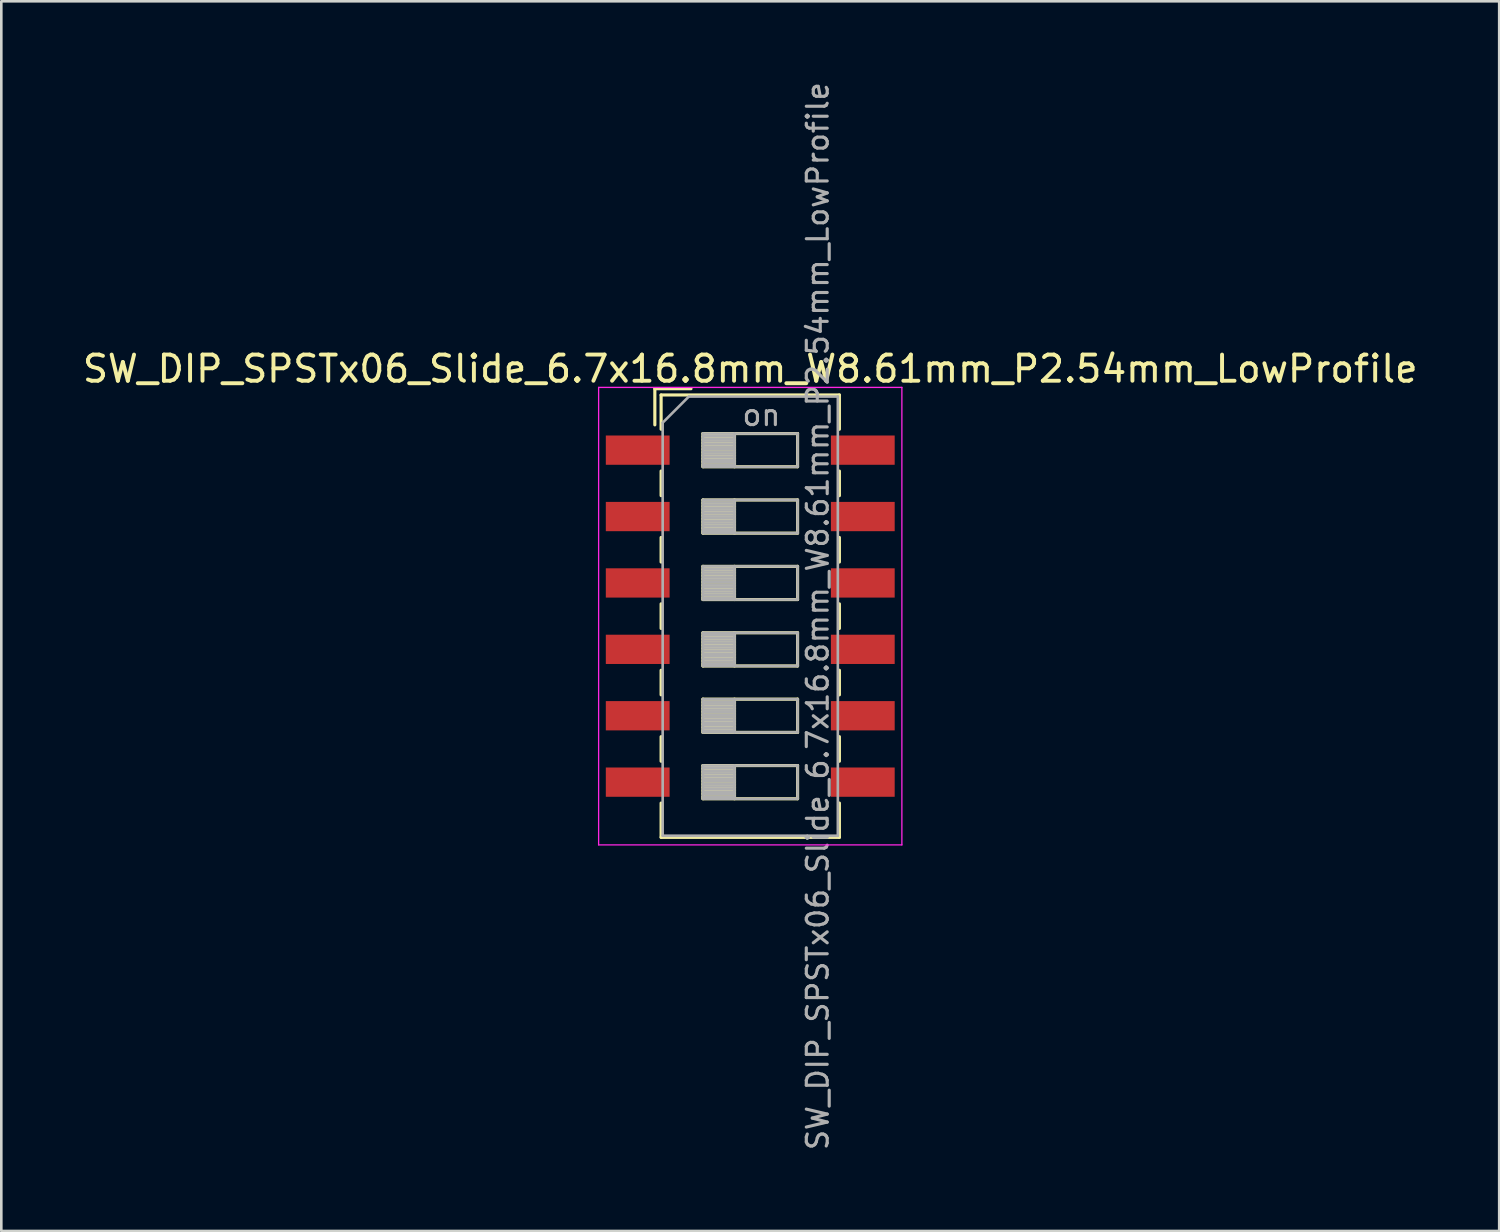
<source format=kicad_pcb>
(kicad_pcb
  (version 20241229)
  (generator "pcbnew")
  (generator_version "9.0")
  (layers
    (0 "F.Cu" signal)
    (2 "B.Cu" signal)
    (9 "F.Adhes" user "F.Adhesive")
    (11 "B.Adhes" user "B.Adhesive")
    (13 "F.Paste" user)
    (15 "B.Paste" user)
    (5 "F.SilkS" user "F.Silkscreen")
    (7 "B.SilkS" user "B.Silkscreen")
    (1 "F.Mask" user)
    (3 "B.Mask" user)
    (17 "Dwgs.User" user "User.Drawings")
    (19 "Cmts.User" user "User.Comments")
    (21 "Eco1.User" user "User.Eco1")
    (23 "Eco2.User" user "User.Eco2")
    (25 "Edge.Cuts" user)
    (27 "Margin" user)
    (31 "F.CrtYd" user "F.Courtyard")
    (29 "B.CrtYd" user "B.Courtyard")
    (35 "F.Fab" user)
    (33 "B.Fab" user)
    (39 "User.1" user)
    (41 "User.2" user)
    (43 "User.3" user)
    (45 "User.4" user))
  (footprint "SW_DIP_SPSTx06_Slide_6.7x16.8mm_W8.61mm_P2.54mm_LowProfile"
    (layer "F.Cu")
    (at 25.649 20.519)
    (property "Reference" "SW_DIP_SPSTx06_Slide_6.7x16.8mm_W8.61mm_P2.54mm_LowProfile" (at 0 -9.46 0) (layer "F.SilkS") (effects (font (size 1 1) (thickness 0.15))))
    (attr smd)
    (fp_line (start -3.65 -8.7) (end -3.65 -7.317) (stroke (width 0.12) (type solid)) (layer "F.SilkS"))
    (fp_line (start -3.65 -8.7) (end -2.267 -8.7) (stroke (width 0.12) (type solid)) (layer "F.SilkS"))
    (fp_line (start -3.41 -8.46) (end -3.41 -7.15) (stroke (width 0.12) (type solid)) (layer "F.SilkS"))
    (fp_line (start -3.41 -8.46) (end 3.41 -8.46) (stroke (width 0.12) (type solid)) (layer "F.SilkS"))
    (fp_line (start -3.41 -5.55) (end -3.41 -4.61) (stroke (width 0.12) (type solid)) (layer "F.SilkS"))
    (fp_line (start -3.41 -3.01) (end -3.41 -2.07) (stroke (width 0.12) (type solid)) (layer "F.SilkS"))
    (fp_line (start -3.41 -0.47) (end -3.41 0.47) (stroke (width 0.12) (type solid)) (layer "F.SilkS"))
    (fp_line (start -3.41 2.07) (end -3.41 3.01) (stroke (width 0.12) (type solid)) (layer "F.SilkS"))
    (fp_line (start -3.41 4.61) (end -3.41 5.55) (stroke (width 0.12) (type solid)) (layer "F.SilkS"))
    (fp_line (start -3.41 7.15) (end -3.41 8.461) (stroke (width 0.12) (type solid)) (layer "F.SilkS"))
    (fp_line (start -3.41 8.461) (end 3.41 8.461) (stroke (width 0.12) (type solid)) (layer "F.SilkS"))
    (fp_line (start -1.81 -6.985) (end -1.81 -5.715) (stroke (width 0.12) (type solid)) (layer "F.SilkS"))
    (fp_line (start -1.81 -6.865) (end -0.603 -6.865) (stroke (width 0.12) (type solid)) (layer "F.SilkS"))
    (fp_line (start -1.81 -6.745) (end -0.603 -6.745) (stroke (width 0.12) (type solid)) (layer "F.SilkS"))
    (fp_line (start -1.81 -6.625) (end -0.603 -6.625) (stroke (width 0.12) (type solid)) (layer "F.SilkS"))
    (fp_line (start -1.81 -6.505) (end -0.603 -6.505) (stroke (width 0.12) (type solid)) (layer "F.SilkS"))
    (fp_line (start -1.81 -6.385) (end -0.603 -6.385) (stroke (width 0.12) (type solid)) (layer "F.SilkS"))
    (fp_line (start -1.81 -6.265) (end -0.603 -6.265) (stroke (width 0.12) (type solid)) (layer "F.SilkS"))
    (fp_line (start -1.81 -6.145) (end -0.603 -6.145) (stroke (width 0.12) (type solid)) (layer "F.SilkS"))
    (fp_line (start -1.81 -6.025) (end -0.603 -6.025) (stroke (width 0.12) (type solid)) (layer "F.SilkS"))
    (fp_line (start -1.81 -5.905) (end -0.603 -5.905) (stroke (width 0.12) (type solid)) (layer "F.SilkS"))
    (fp_line (start -1.81 -5.785) (end -0.603 -5.785) (stroke (width 0.12) (type solid)) (layer "F.SilkS"))
    (fp_line (start -1.81 -5.715) (end 1.81 -5.715) (stroke (width 0.12) (type solid)) (layer "F.SilkS"))
    (fp_line (start -1.81 -4.445) (end -1.81 -3.175) (stroke (width 0.12) (type solid)) (layer "F.SilkS"))
    (fp_line (start -1.81 -4.325) (end -0.603 -4.325) (stroke (width 0.12) (type solid)) (layer "F.SilkS"))
    (fp_line (start -1.81 -4.205) (end -0.603 -4.205) (stroke (width 0.12) (type solid)) (layer "F.SilkS"))
    (fp_line (start -1.81 -4.085) (end -0.603 -4.085) (stroke (width 0.12) (type solid)) (layer "F.SilkS"))
    (fp_line (start -1.81 -3.965) (end -0.603 -3.965) (stroke (width 0.12) (type solid)) (layer "F.SilkS"))
    (fp_line (start -1.81 -3.845) (end -0.603 -3.845) (stroke (width 0.12) (type solid)) (layer "F.SilkS"))
    (fp_line (start -1.81 -3.725) (end -0.603 -3.725) (stroke (width 0.12) (type solid)) (layer "F.SilkS"))
    (fp_line (start -1.81 -3.605) (end -0.603 -3.605) (stroke (width 0.12) (type solid)) (layer "F.SilkS"))
    (fp_line (start -1.81 -3.485) (end -0.603 -3.485) (stroke (width 0.12) (type solid)) (layer "F.SilkS"))
    (fp_line (start -1.81 -3.365) (end -0.603 -3.365) (stroke (width 0.12) (type solid)) (layer "F.SilkS"))
    (fp_line (start -1.81 -3.245) (end -0.603 -3.245) (stroke (width 0.12) (type solid)) (layer "F.SilkS"))
    (fp_line (start -1.81 -3.175) (end 1.81 -3.175) (stroke (width 0.12) (type solid)) (layer "F.SilkS"))
    (fp_line (start -1.81 -1.905) (end -1.81 -0.635) (stroke (width 0.12) (type solid)) (layer "F.SilkS"))
    (fp_line (start -1.81 -1.785) (end -0.603 -1.785) (stroke (width 0.12) (type solid)) (layer "F.SilkS"))
    (fp_line (start -1.81 -1.665) (end -0.603 -1.665) (stroke (width 0.12) (type solid)) (layer "F.SilkS"))
    (fp_line (start -1.81 -1.545) (end -0.603 -1.545) (stroke (width 0.12) (type solid)) (layer "F.SilkS"))
    (fp_line (start -1.81 -1.425) (end -0.603 -1.425) (stroke (width 0.12) (type solid)) (layer "F.SilkS"))
    (fp_line (start -1.81 -1.305) (end -0.603 -1.305) (stroke (width 0.12) (type solid)) (layer "F.SilkS"))
    (fp_line (start -1.81 -1.185) (end -0.603 -1.185) (stroke (width 0.12) (type solid)) (layer "F.SilkS"))
    (fp_line (start -1.81 -1.065) (end -0.603 -1.065) (stroke (width 0.12) (type solid)) (layer "F.SilkS"))
    (fp_line (start -1.81 -0.945) (end -0.603 -0.945) (stroke (width 0.12) (type solid)) (layer "F.SilkS"))
    (fp_line (start -1.81 -0.825) (end -0.603 -0.825) (stroke (width 0.12) (type solid)) (layer "F.SilkS"))
    (fp_line (start -1.81 -0.705) (end -0.603 -0.705) (stroke (width 0.12) (type solid)) (layer "F.SilkS"))
    (fp_line (start -1.81 -0.635) (end 1.81 -0.635) (stroke (width 0.12) (type solid)) (layer "F.SilkS"))
    (fp_line (start -1.81 0.635) (end -1.81 1.905) (stroke (width 0.12) (type solid)) (layer "F.SilkS"))
    (fp_line (start -1.81 0.755) (end -0.603 0.755) (stroke (width 0.12) (type solid)) (layer "F.SilkS"))
    (fp_line (start -1.81 0.875) (end -0.603 0.875) (stroke (width 0.12) (type solid)) (layer "F.SilkS"))
    (fp_line (start -1.81 0.995) (end -0.603 0.995) (stroke (width 0.12) (type solid)) (layer "F.SilkS"))
    (fp_line (start -1.81 1.115) (end -0.603 1.115) (stroke (width 0.12) (type solid)) (layer "F.SilkS"))
    (fp_line (start -1.81 1.235) (end -0.603 1.235) (stroke (width 0.12) (type solid)) (layer "F.SilkS"))
    (fp_line (start -1.81 1.355) (end -0.603 1.355) (stroke (width 0.12) (type solid)) (layer "F.SilkS"))
    (fp_line (start -1.81 1.475) (end -0.603 1.475) (stroke (width 0.12) (type solid)) (layer "F.SilkS"))
    (fp_line (start -1.81 1.595) (end -0.603 1.595) (stroke (width 0.12) (type solid)) (layer "F.SilkS"))
    (fp_line (start -1.81 1.715) (end -0.603 1.715) (stroke (width 0.12) (type solid)) (layer "F.SilkS"))
    (fp_line (start -1.81 1.835) (end -0.603 1.835) (stroke (width 0.12) (type solid)) (layer "F.SilkS"))
    (fp_line (start -1.81 1.905) (end 1.81 1.905) (stroke (width 0.12) (type solid)) (layer "F.SilkS"))
    (fp_line (start -1.81 3.175) (end -1.81 4.445) (stroke (width 0.12) (type solid)) (layer "F.SilkS"))
    (fp_line (start -1.81 3.295) (end -0.603 3.295) (stroke (width 0.12) (type solid)) (layer "F.SilkS"))
    (fp_line (start -1.81 3.415) (end -0.603 3.415) (stroke (width 0.12) (type solid)) (layer "F.SilkS"))
    (fp_line (start -1.81 3.535) (end -0.603 3.535) (stroke (width 0.12) (type solid)) (layer "F.SilkS"))
    (fp_line (start -1.81 3.655) (end -0.603 3.655) (stroke (width 0.12) (type solid)) (layer "F.SilkS"))
    (fp_line (start -1.81 3.775) (end -0.603 3.775) (stroke (width 0.12) (type solid)) (layer "F.SilkS"))
    (fp_line (start -1.81 3.895) (end -0.603 3.895) (stroke (width 0.12) (type solid)) (layer "F.SilkS"))
    (fp_line (start -1.81 4.015) (end -0.603 4.015) (stroke (width 0.12) (type solid)) (layer "F.SilkS"))
    (fp_line (start -1.81 4.135) (end -0.603 4.135) (stroke (width 0.12) (type solid)) (layer "F.SilkS"))
    (fp_line (start -1.81 4.255) (end -0.603 4.255) (stroke (width 0.12) (type solid)) (layer "F.SilkS"))
    (fp_line (start -1.81 4.375) (end -0.603 4.375) (stroke (width 0.12) (type solid)) (layer "F.SilkS"))
    (fp_line (start -1.81 4.445) (end 1.81 4.445) (stroke (width 0.12) (type solid)) (layer "F.SilkS"))
    (fp_line (start -1.81 5.715) (end -1.81 6.985) (stroke (width 0.12) (type solid)) (layer "F.SilkS"))
    (fp_line (start -1.81 5.835) (end -0.603 5.835) (stroke (width 0.12) (type solid)) (layer "F.SilkS"))
    (fp_line (start -1.81 5.955) (end -0.603 5.955) (stroke (width 0.12) (type solid)) (layer "F.SilkS"))
    (fp_line (start -1.81 6.075) (end -0.603 6.075) (stroke (width 0.12) (type solid)) (layer "F.SilkS"))
    (fp_line (start -1.81 6.195) (end -0.603 6.195) (stroke (width 0.12) (type solid)) (layer "F.SilkS"))
    (fp_line (start -1.81 6.315) (end -0.603 6.315) (stroke (width 0.12) (type solid)) (layer "F.SilkS"))
    (fp_line (start -1.81 6.435) (end -0.603 6.435) (stroke (width 0.12) (type solid)) (layer "F.SilkS"))
    (fp_line (start -1.81 6.555) (end -0.603 6.555) (stroke (width 0.12) (type solid)) (layer "F.SilkS"))
    (fp_line (start -1.81 6.675) (end -0.603 6.675) (stroke (width 0.12) (type solid)) (layer "F.SilkS"))
    (fp_line (start -1.81 6.795) (end -0.603 6.795) (stroke (width 0.12) (type solid)) (layer "F.SilkS"))
    (fp_line (start -1.81 6.915) (end -0.603 6.915) (stroke (width 0.12) (type solid)) (layer "F.SilkS"))
    (fp_line (start -1.81 6.985) (end 1.81 6.985) (stroke (width 0.12) (type solid)) (layer "F.SilkS"))
    (fp_line (start -0.603 -6.985) (end -0.603 -5.715) (stroke (width 0.12) (type solid)) (layer "F.SilkS"))
    (fp_line (start -0.603 -4.445) (end -0.603 -3.175) (stroke (width 0.12) (type solid)) (layer "F.SilkS"))
    (fp_line (start -0.603 -1.905) (end -0.603 -0.635) (stroke (width 0.12) (type solid)) (layer "F.SilkS"))
    (fp_line (start -0.603 0.635) (end -0.603 1.905) (stroke (width 0.12) (type solid)) (layer "F.SilkS"))
    (fp_line (start -0.603 3.175) (end -0.603 4.445) (stroke (width 0.12) (type solid)) (layer "F.SilkS"))
    (fp_line (start -0.603 5.715) (end -0.603 6.985) (stroke (width 0.12) (type solid)) (layer "F.SilkS"))
    (fp_line (start 1.81 -6.985) (end -1.81 -6.985) (stroke (width 0.12) (type solid)) (layer "F.SilkS"))
    (fp_line (start 1.81 -5.715) (end 1.81 -6.985) (stroke (width 0.12) (type solid)) (layer "F.SilkS"))
    (fp_line (start 1.81 -4.445) (end -1.81 -4.445) (stroke (width 0.12) (type solid)) (layer "F.SilkS"))
    (fp_line (start 1.81 -3.175) (end 1.81 -4.445) (stroke (width 0.12) (type solid)) (layer "F.SilkS"))
    (fp_line (start 1.81 -1.905) (end -1.81 -1.905) (stroke (width 0.12) (type solid)) (layer "F.SilkS"))
    (fp_line (start 1.81 -0.635) (end 1.81 -1.905) (stroke (width 0.12) (type solid)) (layer "F.SilkS"))
    (fp_line (start 1.81 0.635) (end -1.81 0.635) (stroke (width 0.12) (type solid)) (layer "F.SilkS"))
    (fp_line (start 1.81 1.905) (end 1.81 0.635) (stroke (width 0.12) (type solid)) (layer "F.SilkS"))
    (fp_line (start 1.81 3.175) (end -1.81 3.175) (stroke (width 0.12) (type solid)) (layer "F.SilkS"))
    (fp_line (start 1.81 4.445) (end 1.81 3.175) (stroke (width 0.12) (type solid)) (layer "F.SilkS"))
    (fp_line (start 1.81 5.715) (end -1.81 5.715) (stroke (width 0.12) (type solid)) (layer "F.SilkS"))
    (fp_line (start 1.81 6.985) (end 1.81 5.715) (stroke (width 0.12) (type solid)) (layer "F.SilkS"))
    (fp_line (start 3.41 -8.46) (end 3.41 -7.15) (stroke (width 0.12) (type solid)) (layer "F.SilkS"))
    (fp_line (start 3.41 -5.55) (end 3.41 -4.61) (stroke (width 0.12) (type solid)) (layer "F.SilkS"))
    (fp_line (start 3.41 -3.01) (end 3.41 -2.07) (stroke (width 0.12) (type solid)) (layer "F.SilkS"))
    (fp_line (start 3.41 -0.47) (end 3.41 0.47) (stroke (width 0.12) (type solid)) (layer "F.SilkS"))
    (fp_line (start 3.41 2.07) (end 3.41 3.01) (stroke (width 0.12) (type solid)) (layer "F.SilkS"))
    (fp_line (start 3.41 4.61) (end 3.41 5.55) (stroke (width 0.12) (type solid)) (layer "F.SilkS"))
    (fp_line (start 3.41 7.15) (end 3.41 8.461) (stroke (width 0.12) (type solid)) (layer "F.SilkS"))
    (fp_line (start -5.8 -8.75) (end -5.8 8.75) (stroke (width 0.05) (type solid)) (layer "F.CrtYd"))
    (fp_line (start -5.8 8.75) (end 5.8 8.75) (stroke (width 0.05) (type solid)) (layer "F.CrtYd"))
    (fp_line (start 5.8 -8.75) (end -5.8 -8.75) (stroke (width 0.05) (type solid)) (layer "F.CrtYd"))
    (fp_line (start 5.8 8.75) (end 5.8 -8.75) (stroke (width 0.05) (type solid)) (layer "F.CrtYd"))
    (fp_line (start -3.35 -7.4) (end -2.35 -8.4) (stroke (width 0.1) (type solid)) (layer "F.Fab"))
    (fp_line (start -3.35 8.4) (end -3.35 -7.4) (stroke (width 0.1) (type solid)) (layer "F.Fab"))
    (fp_line (start -2.35 -8.4) (end 3.35 -8.4) (stroke (width 0.1) (type solid)) (layer "F.Fab"))
    (fp_line (start -1.81 -6.985) (end -1.81 -5.715) (stroke (width 0.1) (type solid)) (layer "F.Fab"))
    (fp_line (start -1.81 -6.885) (end -0.603 -6.885) (stroke (width 0.1) (type solid)) (layer "F.Fab"))
    (fp_line (start -1.81 -6.785) (end -0.603 -6.785) (stroke (width 0.1) (type solid)) (layer "F.Fab"))
    (fp_line (start -1.81 -6.685) (end -0.603 -6.685) (stroke (width 0.1) (type solid)) (layer "F.Fab"))
    (fp_line (start -1.81 -6.585) (end -0.603 -6.585) (stroke (width 0.1) (type solid)) (layer "F.Fab"))
    (fp_line (start -1.81 -6.485) (end -0.603 -6.485) (stroke (width 0.1) (type solid)) (layer "F.Fab"))
    (fp_line (start -1.81 -6.385) (end -0.603 -6.385) (stroke (width 0.1) (type solid)) (layer "F.Fab"))
    (fp_line (start -1.81 -6.285) (end -0.603 -6.285) (stroke (width 0.1) (type solid)) (layer "F.Fab"))
    (fp_line (start -1.81 -6.185) (end -0.603 -6.185) (stroke (width 0.1) (type solid)) (layer "F.Fab"))
    (fp_line (start -1.81 -6.085) (end -0.603 -6.085) (stroke (width 0.1) (type solid)) (layer "F.Fab"))
    (fp_line (start -1.81 -5.985) (end -0.603 -5.985) (stroke (width 0.1) (type solid)) (layer "F.Fab"))
    (fp_line (start -1.81 -5.885) (end -0.603 -5.885) (stroke (width 0.1) (type solid)) (layer "F.Fab"))
    (fp_line (start -1.81 -5.785) (end -0.603 -5.785) (stroke (width 0.1) (type solid)) (layer "F.Fab"))
    (fp_line (start -1.81 -5.715) (end 1.81 -5.715) (stroke (width 0.1) (type solid)) (layer "F.Fab"))
    (fp_line (start -1.81 -4.445) (end -1.81 -3.175) (stroke (width 0.1) (type solid)) (layer "F.Fab"))
    (fp_line (start -1.81 -4.345) (end -0.603 -4.345) (stroke (width 0.1) (type solid)) (layer "F.Fab"))
    (fp_line (start -1.81 -4.245) (end -0.603 -4.245) (stroke (width 0.1) (type solid)) (layer "F.Fab"))
    (fp_line (start -1.81 -4.145) (end -0.603 -4.145) (stroke (width 0.1) (type solid)) (layer "F.Fab"))
    (fp_line (start -1.81 -4.045) (end -0.603 -4.045) (stroke (width 0.1) (type solid)) (layer "F.Fab"))
    (fp_line (start -1.81 -3.945) (end -0.603 -3.945) (stroke (width 0.1) (type solid)) (layer "F.Fab"))
    (fp_line (start -1.81 -3.845) (end -0.603 -3.845) (stroke (width 0.1) (type solid)) (layer "F.Fab"))
    (fp_line (start -1.81 -3.745) (end -0.603 -3.745) (stroke (width 0.1) (type solid)) (layer "F.Fab"))
    (fp_line (start -1.81 -3.645) (end -0.603 -3.645) (stroke (width 0.1) (type solid)) (layer "F.Fab"))
    (fp_line (start -1.81 -3.545) (end -0.603 -3.545) (stroke (width 0.1) (type solid)) (layer "F.Fab"))
    (fp_line (start -1.81 -3.445) (end -0.603 -3.445) (stroke (width 0.1) (type solid)) (layer "F.Fab"))
    (fp_line (start -1.81 -3.345) (end -0.603 -3.345) (stroke (width 0.1) (type solid)) (layer "F.Fab"))
    (fp_line (start -1.81 -3.245) (end -0.603 -3.245) (stroke (width 0.1) (type solid)) (layer "F.Fab"))
    (fp_line (start -1.81 -3.175) (end 1.81 -3.175) (stroke (width 0.1) (type solid)) (layer "F.Fab"))
    (fp_line (start -1.81 -1.905) (end -1.81 -0.635) (stroke (width 0.1) (type solid)) (layer "F.Fab"))
    (fp_line (start -1.81 -1.805) (end -0.603 -1.805) (stroke (width 0.1) (type solid)) (layer "F.Fab"))
    (fp_line (start -1.81 -1.705) (end -0.603 -1.705) (stroke (width 0.1) (type solid)) (layer "F.Fab"))
    (fp_line (start -1.81 -1.605) (end -0.603 -1.605) (stroke (width 0.1) (type solid)) (layer "F.Fab"))
    (fp_line (start -1.81 -1.505) (end -0.603 -1.505) (stroke (width 0.1) (type solid)) (layer "F.Fab"))
    (fp_line (start -1.81 -1.405) (end -0.603 -1.405) (stroke (width 0.1) (type solid)) (layer "F.Fab"))
    (fp_line (start -1.81 -1.305) (end -0.603 -1.305) (stroke (width 0.1) (type solid)) (layer "F.Fab"))
    (fp_line (start -1.81 -1.205) (end -0.603 -1.205) (stroke (width 0.1) (type solid)) (layer "F.Fab"))
    (fp_line (start -1.81 -1.105) (end -0.603 -1.105) (stroke (width 0.1) (type solid)) (layer "F.Fab"))
    (fp_line (start -1.81 -1.005) (end -0.603 -1.005) (stroke (width 0.1) (type solid)) (layer "F.Fab"))
    (fp_line (start -1.81 -0.905) (end -0.603 -0.905) (stroke (width 0.1) (type solid)) (layer "F.Fab"))
    (fp_line (start -1.81 -0.805) (end -0.603 -0.805) (stroke (width 0.1) (type solid)) (layer "F.Fab"))
    (fp_line (start -1.81 -0.705) (end -0.603 -0.705) (stroke (width 0.1) (type solid)) (layer "F.Fab"))
    (fp_line (start -1.81 -0.635) (end 1.81 -0.635) (stroke (width 0.1) (type solid)) (layer "F.Fab"))
    (fp_line (start -1.81 0.635) (end -1.81 1.905) (stroke (width 0.1) (type solid)) (layer "F.Fab"))
    (fp_line (start -1.81 0.735) (end -0.603 0.735) (stroke (width 0.1) (type solid)) (layer "F.Fab"))
    (fp_line (start -1.81 0.835) (end -0.603 0.835) (stroke (width 0.1) (type solid)) (layer "F.Fab"))
    (fp_line (start -1.81 0.935) (end -0.603 0.935) (stroke (width 0.1) (type solid)) (layer "F.Fab"))
    (fp_line (start -1.81 1.035) (end -0.603 1.035) (stroke (width 0.1) (type solid)) (layer "F.Fab"))
    (fp_line (start -1.81 1.135) (end -0.603 1.135) (stroke (width 0.1) (type solid)) (layer "F.Fab"))
    (fp_line (start -1.81 1.235) (end -0.603 1.235) (stroke (width 0.1) (type solid)) (layer "F.Fab"))
    (fp_line (start -1.81 1.335) (end -0.603 1.335) (stroke (width 0.1) (type solid)) (layer "F.Fab"))
    (fp_line (start -1.81 1.435) (end -0.603 1.435) (stroke (width 0.1) (type solid)) (layer "F.Fab"))
    (fp_line (start -1.81 1.535) (end -0.603 1.535) (stroke (width 0.1) (type solid)) (layer "F.Fab"))
    (fp_line (start -1.81 1.635) (end -0.603 1.635) (stroke (width 0.1) (type solid)) (layer "F.Fab"))
    (fp_line (start -1.81 1.735) (end -0.603 1.735) (stroke (width 0.1) (type solid)) (layer "F.Fab"))
    (fp_line (start -1.81 1.835) (end -0.603 1.835) (stroke (width 0.1) (type solid)) (layer "F.Fab"))
    (fp_line (start -1.81 1.905) (end 1.81 1.905) (stroke (width 0.1) (type solid)) (layer "F.Fab"))
    (fp_line (start -1.81 3.175) (end -1.81 4.445) (stroke (width 0.1) (type solid)) (layer "F.Fab"))
    (fp_line (start -1.81 3.275) (end -0.603 3.275) (stroke (width 0.1) (type solid)) (layer "F.Fab"))
    (fp_line (start -1.81 3.375) (end -0.603 3.375) (stroke (width 0.1) (type solid)) (layer "F.Fab"))
    (fp_line (start -1.81 3.475) (end -0.603 3.475) (stroke (width 0.1) (type solid)) (layer "F.Fab"))
    (fp_line (start -1.81 3.575) (end -0.603 3.575) (stroke (width 0.1) (type solid)) (layer "F.Fab"))
    (fp_line (start -1.81 3.675) (end -0.603 3.675) (stroke (width 0.1) (type solid)) (layer "F.Fab"))
    (fp_line (start -1.81 3.775) (end -0.603 3.775) (stroke (width 0.1) (type solid)) (layer "F.Fab"))
    (fp_line (start -1.81 3.875) (end -0.603 3.875) (stroke (width 0.1) (type solid)) (layer "F.Fab"))
    (fp_line (start -1.81 3.975) (end -0.603 3.975) (stroke (width 0.1) (type solid)) (layer "F.Fab"))
    (fp_line (start -1.81 4.075) (end -0.603 4.075) (stroke (width 0.1) (type solid)) (layer "F.Fab"))
    (fp_line (start -1.81 4.175) (end -0.603 4.175) (stroke (width 0.1) (type solid)) (layer "F.Fab"))
    (fp_line (start -1.81 4.275) (end -0.603 4.275) (stroke (width 0.1) (type solid)) (layer "F.Fab"))
    (fp_line (start -1.81 4.375) (end -0.603 4.375) (stroke (width 0.1) (type solid)) (layer "F.Fab"))
    (fp_line (start -1.81 4.445) (end 1.81 4.445) (stroke (width 0.1) (type solid)) (layer "F.Fab"))
    (fp_line (start -1.81 5.715) (end -1.81 6.985) (stroke (width 0.1) (type solid)) (layer "F.Fab"))
    (fp_line (start -1.81 5.815) (end -0.603 5.815) (stroke (width 0.1) (type solid)) (layer "F.Fab"))
    (fp_line (start -1.81 5.915) (end -0.603 5.915) (stroke (width 0.1) (type solid)) (layer "F.Fab"))
    (fp_line (start -1.81 6.015) (end -0.603 6.015) (stroke (width 0.1) (type solid)) (layer "F.Fab"))
    (fp_line (start -1.81 6.115) (end -0.603 6.115) (stroke (width 0.1) (type solid)) (layer "F.Fab"))
    (fp_line (start -1.81 6.215) (end -0.603 6.215) (stroke (width 0.1) (type solid)) (layer "F.Fab"))
    (fp_line (start -1.81 6.315) (end -0.603 6.315) (stroke (width 0.1) (type solid)) (layer "F.Fab"))
    (fp_line (start -1.81 6.415) (end -0.603 6.415) (stroke (width 0.1) (type solid)) (layer "F.Fab"))
    (fp_line (start -1.81 6.515) (end -0.603 6.515) (stroke (width 0.1) (type solid)) (layer "F.Fab"))
    (fp_line (start -1.81 6.615) (end -0.603 6.615) (stroke (width 0.1) (type solid)) (layer "F.Fab"))
    (fp_line (start -1.81 6.715) (end -0.603 6.715) (stroke (width 0.1) (type solid)) (layer "F.Fab"))
    (fp_line (start -1.81 6.815) (end -0.603 6.815) (stroke (width 0.1) (type solid)) (layer "F.Fab"))
    (fp_line (start -1.81 6.915) (end -0.603 6.915) (stroke (width 0.1) (type solid)) (layer "F.Fab"))
    (fp_line (start -1.81 6.985) (end 1.81 6.985) (stroke (width 0.1) (type solid)) (layer "F.Fab"))
    (fp_line (start -0.603 -6.985) (end -0.603 -5.715) (stroke (width 0.1) (type solid)) (layer "F.Fab"))
    (fp_line (start -0.603 -4.445) (end -0.603 -3.175) (stroke (width 0.1) (type solid)) (layer "F.Fab"))
    (fp_line (start -0.603 -1.905) (end -0.603 -0.635) (stroke (width 0.1) (type solid)) (layer "F.Fab"))
    (fp_line (start -0.603 0.635) (end -0.603 1.905) (stroke (width 0.1) (type solid)) (layer "F.Fab"))
    (fp_line (start -0.603 3.175) (end -0.603 4.445) (stroke (width 0.1) (type solid)) (layer "F.Fab"))
    (fp_line (start -0.603 5.715) (end -0.603 6.985) (stroke (width 0.1) (type solid)) (layer "F.Fab"))
    (fp_line (start 1.81 -6.985) (end -1.81 -6.985) (stroke (width 0.1) (type solid)) (layer "F.Fab"))
    (fp_line (start 1.81 -5.715) (end 1.81 -6.985) (stroke (width 0.1) (type solid)) (layer "F.Fab"))
    (fp_line (start 1.81 -4.445) (end -1.81 -4.445) (stroke (width 0.1) (type solid)) (layer "F.Fab"))
    (fp_line (start 1.81 -3.175) (end 1.81 -4.445) (stroke (width 0.1) (type solid)) (layer "F.Fab"))
    (fp_line (start 1.81 -1.905) (end -1.81 -1.905) (stroke (width 0.1) (type solid)) (layer "F.Fab"))
    (fp_line (start 1.81 -0.635) (end 1.81 -1.905) (stroke (width 0.1) (type solid)) (layer "F.Fab"))
    (fp_line (start 1.81 0.635) (end -1.81 0.635) (stroke (width 0.1) (type solid)) (layer "F.Fab"))
    (fp_line (start 1.81 1.905) (end 1.81 0.635) (stroke (width 0.1) (type solid)) (layer "F.Fab"))
    (fp_line (start 1.81 3.175) (end -1.81 3.175) (stroke (width 0.1) (type solid)) (layer "F.Fab"))
    (fp_line (start 1.81 4.445) (end 1.81 3.175) (stroke (width 0.1) (type solid)) (layer "F.Fab"))
    (fp_line (start 1.81 5.715) (end -1.81 5.715) (stroke (width 0.1) (type solid)) (layer "F.Fab"))
    (fp_line (start 1.81 6.985) (end 1.81 5.715) (stroke (width 0.1) (type solid)) (layer "F.Fab"))
    (fp_line (start 3.35 -8.4) (end 3.35 8.4) (stroke (width 0.1) (type solid)) (layer "F.Fab"))
    (fp_line (start 3.35 8.4) (end -3.35 8.4) (stroke (width 0.1) (type solid)) (layer "F.Fab"))
    (fp_text user "on" (at 0.427 -7.692 0) (layer "F.Fab") (effects (font (size 0.8 0.8) (thickness 0.12))))
    (fp_text user "${REFERENCE}" (at 2.58 0 90) (layer "F.Fab") (effects (font (size 0.8 0.8) (thickness 0.12))))
    (pad "1" smd rect (at -4.305 -6.35) (size 2.44 1.12) (layers "F.Cu" "F.Mask" "F.Paste"))
    (pad "2" smd rect (at -4.305 -3.81) (size 2.44 1.12) (layers "F.Cu" "F.Mask" "F.Paste"))
    (pad "3" smd rect (at -4.305 -1.27) (size 2.44 1.12) (layers "F.Cu" "F.Mask" "F.Paste"))
    (pad "4" smd rect (at -4.305 1.27) (size 2.44 1.12) (layers "F.Cu" "F.Mask" "F.Paste"))
    (pad "5" smd rect (at -4.305 3.81) (size 2.44 1.12) (layers "F.Cu" "F.Mask" "F.Paste"))
    (pad "6" smd rect (at -4.305 6.35) (size 2.44 1.12) (layers "F.Cu" "F.Mask" "F.Paste"))
    (pad "7" smd rect (at 4.305 6.35) (size 2.44 1.12) (layers "F.Cu" "F.Mask" "F.Paste"))
    (pad "8" smd rect (at 4.305 3.81) (size 2.44 1.12) (layers "F.Cu" "F.Mask" "F.Paste"))
    (pad "9" smd rect (at 4.305 1.27) (size 2.44 1.12) (layers "F.Cu" "F.Mask" "F.Paste"))
    (pad "10" smd rect (at 4.305 -1.27) (size 2.44 1.12) (layers "F.Cu" "F.Mask" "F.Paste"))
    (pad "11" smd rect (at 4.305 -3.81) (size 2.44 1.12) (layers "F.Cu" "F.Mask" "F.Paste"))
    (pad "12" smd rect (at 4.305 -6.35) (size 2.44 1.12) (layers "F.Cu" "F.Mask" "F.Paste")))
  (gr_rect
    (start -3 -3)
    (end 54.298 44.038)
    (stroke (width 0.1) (type default))
    (fill no)
    (layer "Edge.Cuts")))
</source>
